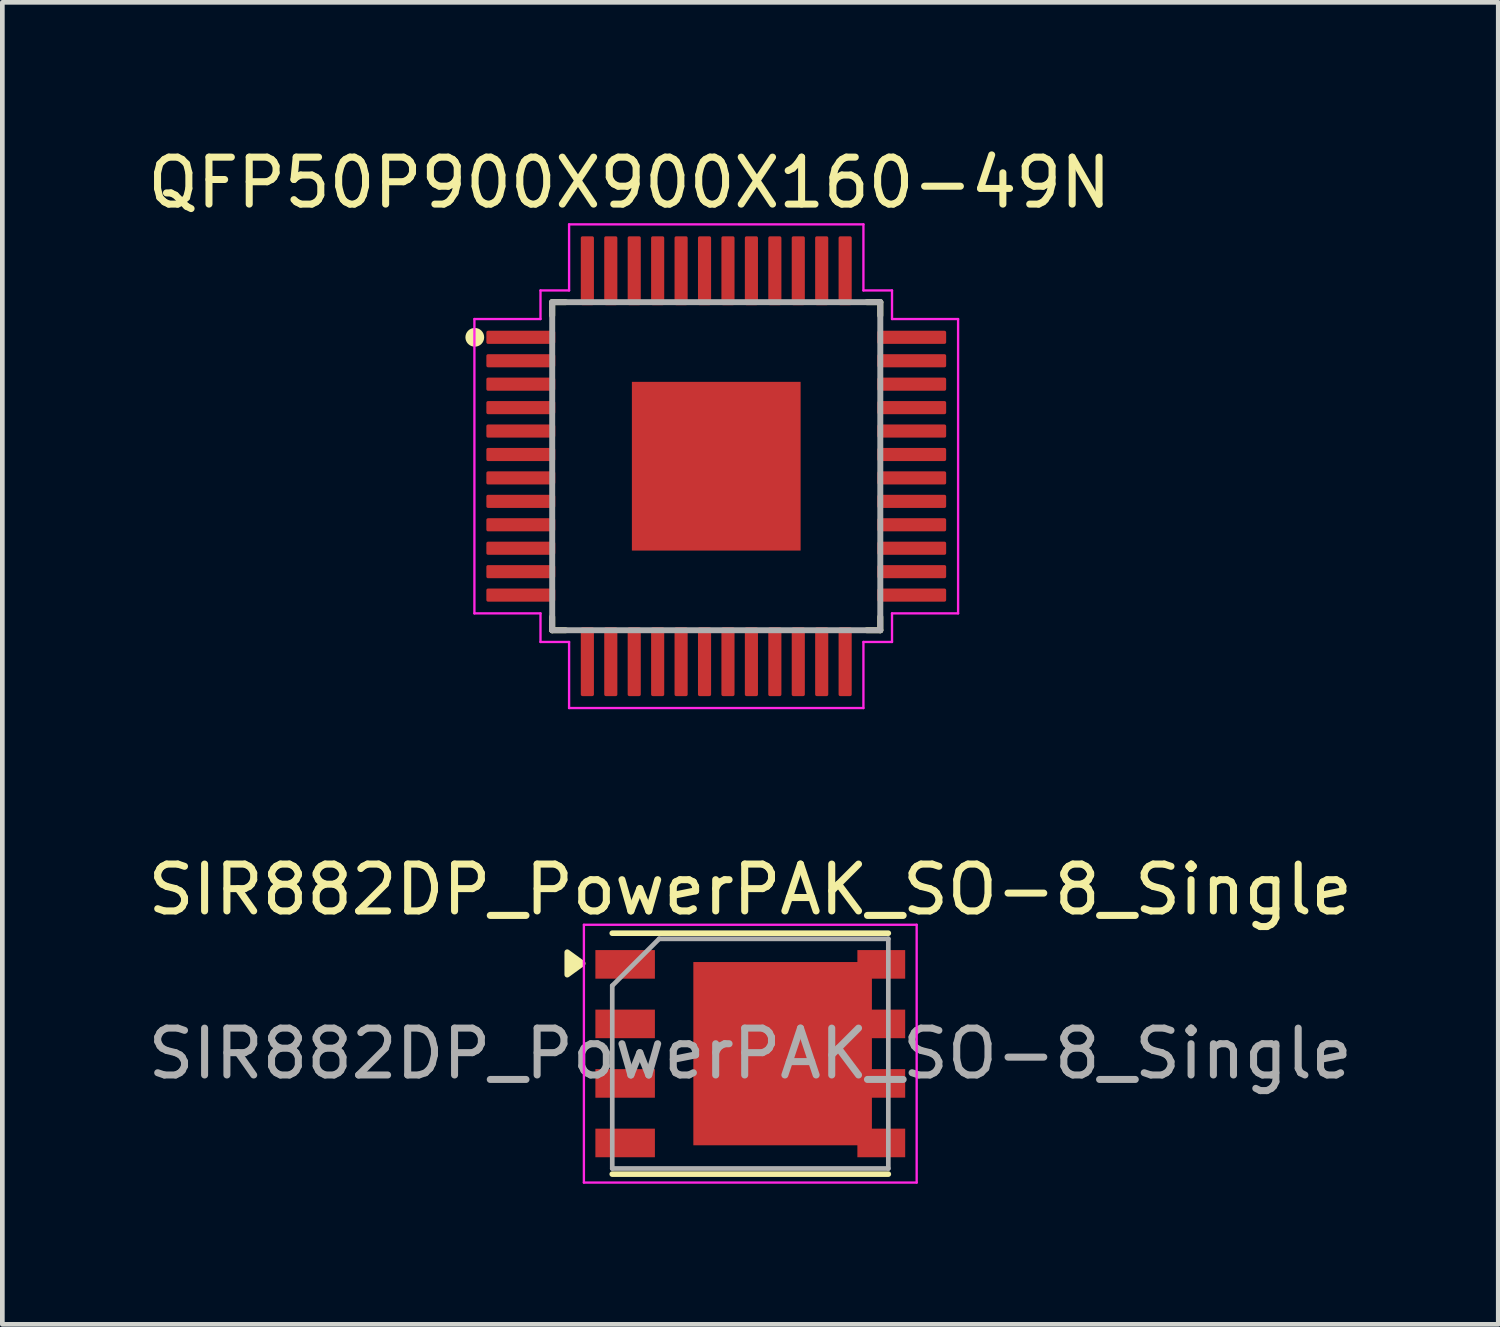
<source format=kicad_pcb>
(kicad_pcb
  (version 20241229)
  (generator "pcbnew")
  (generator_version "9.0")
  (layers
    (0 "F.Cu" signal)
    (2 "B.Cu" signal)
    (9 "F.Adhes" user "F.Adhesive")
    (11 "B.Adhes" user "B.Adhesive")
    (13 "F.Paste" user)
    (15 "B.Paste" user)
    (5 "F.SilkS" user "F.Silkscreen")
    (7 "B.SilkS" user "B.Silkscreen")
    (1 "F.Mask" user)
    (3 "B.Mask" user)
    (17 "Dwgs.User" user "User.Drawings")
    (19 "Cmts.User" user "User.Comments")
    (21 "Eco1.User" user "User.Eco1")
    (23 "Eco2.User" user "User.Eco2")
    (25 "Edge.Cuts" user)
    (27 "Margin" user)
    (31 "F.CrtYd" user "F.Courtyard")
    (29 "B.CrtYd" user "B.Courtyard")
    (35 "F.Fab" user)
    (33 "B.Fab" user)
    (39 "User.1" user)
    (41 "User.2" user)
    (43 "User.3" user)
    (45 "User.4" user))
  (footprint "SIR882DP_PowerPAK_SO-8_Single"
    (layer "F.Cu")
    (at 12.958 19.431)
    (property "Reference" "SIR882DP_PowerPAK_SO-8_Single" (at 0 -3.5 0) (layer "F.SilkS") (effects (font (size 1 1) (thickness 0.15))))
    (attr smd)
    (fp_line (start -2.945 -2.57) (end 2.945 -2.57) (stroke (width 0.12) (type solid)) (layer "F.SilkS"))
    (fp_line (start -2.945 2.57) (end 2.945 2.57) (stroke (width 0.12) (type solid)) (layer "F.SilkS"))
    (fp_poly (pts (xy -3.575 -1.925) (xy -3.905 -2.165) (xy -3.905 -1.685) (xy -3.575 -1.925)) (stroke (width 0.12) (type solid)) (fill yes) (layer "F.SilkS"))
    (fp_line (start -3.55 -2.75) (end -3.55 2.75) (stroke (width 0.05) (type solid)) (layer "F.CrtYd"))
    (fp_line (start -3.55 -2.75) (end 3.55 -2.75) (stroke (width 0.05) (type solid)) (layer "F.CrtYd"))
    (fp_line (start -3.55 2.75) (end 3.55 2.75) (stroke (width 0.05) (type solid)) (layer "F.CrtYd"))
    (fp_line (start 3.55 -2.75) (end 3.55 2.75) (stroke (width 0.05) (type solid)) (layer "F.CrtYd"))
    (fp_line (start -2.945 2.45) (end -2.945 -1.45) (stroke (width 0.1) (type solid)) (layer "F.Fab"))
    (fp_line (start -1.945 -2.45) (end -2.945 -1.45) (stroke (width 0.1) (type solid)) (layer "F.Fab"))
    (fp_line (start -1.945 -2.45) (end 2.945 -2.45) (stroke (width 0.1) (type solid)) (layer "F.Fab"))
    (fp_line (start 2.945 -2.45) (end 2.945 2.45) (stroke (width 0.1) (type solid)) (layer "F.Fab"))
    (fp_line (start 2.945 2.45) (end -2.945 2.45) (stroke (width 0.1) (type solid)) (layer "F.Fab"))
    (fp_text user "${REFERENCE}" (at 0 0 0) (layer "F.Fab") (effects (font (size 1 1) (thickness 0.15))))
    (pad "1" smd rect (at 0.69 0) (size 3.81 3.91) (layers "F.Cu" "F.Mask" "F.Paste"))
    (pad "1" smd rect (at 2.795 -1.905) (size 1.02 0.61) (layers "F.Cu" "F.Mask" "F.Paste"))
    (pad "1" smd rect (at 2.795 -0.635) (size 1.02 0.61) (layers "F.Cu" "F.Mask" "F.Paste"))
    (pad "1" smd rect (at 2.795 0.635) (size 1.02 0.61) (layers "F.Cu" "F.Mask" "F.Paste"))
    (pad "1" smd rect (at 2.795 1.905) (size 1.02 0.61) (layers "F.Cu" "F.Mask" "F.Paste"))
    (pad "2" smd rect (at -2.67 1.905) (size 1.27 0.61) (layers "F.Cu" "F.Mask" "F.Paste"))
    (pad "3" smd rect (at -2.67 -1.905) (size 1.27 0.61) (layers "F.Cu" "F.Mask" "F.Paste"))
    (pad "3" smd rect (at -2.67 -0.635) (size 1.27 0.61) (layers "F.Cu" "F.Mask" "F.Paste"))
    (pad "3" smd rect (at -2.67 0.635) (size 1.27 0.61) (layers "F.Cu" "F.Mask" "F.Paste")))
  (footprint "QFP50P900X900X160-49N"
    (layer "F.Cu")
    (at 12.232 6.897)
    (property "Reference" "QFP50P900X900X160-49N" (at -1.853 -6.048 0) (layer "F.SilkS") (effects (font (size 1.002 1.002) (thickness 0.15))))
    (attr smd)
    (fp_line (start -3.5 -3.5) (end -3.5 -3.215) (stroke (width 0.127) (type solid)) (layer "F.SilkS"))
    (fp_line (start -3.5 -3.5) (end -3.215 -3.5) (stroke (width 0.127) (type solid)) (layer "F.SilkS"))
    (fp_line (start -3.5 3.5) (end -3.5 3.215) (stroke (width 0.127) (type solid)) (layer "F.SilkS"))
    (fp_line (start -3.5 3.5) (end -3.215 3.5) (stroke (width 0.127) (type solid)) (layer "F.SilkS"))
    (fp_line (start 3.5 -3.5) (end 3.215 -3.5) (stroke (width 0.127) (type solid)) (layer "F.SilkS"))
    (fp_line (start 3.5 -3.5) (end 3.5 -3.215) (stroke (width 0.127) (type solid)) (layer "F.SilkS"))
    (fp_line (start 3.5 3.5) (end 3.215 3.5) (stroke (width 0.127) (type solid)) (layer "F.SilkS"))
    (fp_line (start 3.5 3.5) (end 3.5 3.215) (stroke (width 0.127) (type solid)) (layer "F.SilkS"))
    (fp_circle (center -5.152 -2.75) (end -5.052 -2.75) (stroke (width 0.2) (type solid)) (fill no) (layer "F.SilkS"))
    (fp_poly (pts (xy -1.447 -1.445) (xy -0.175 -1.445) (xy -0.175 -0.175) (xy -1.447 -0.175)) (stroke (width 0.01) (type solid)) (fill yes) (layer "F.Paste"))
    (fp_poly (pts (xy -1.447 0.175) (xy -0.175 0.175) (xy -0.175 1.447) (xy -1.447 1.447)) (stroke (width 0.01) (type solid)) (fill yes) (layer "F.Paste"))
    (fp_poly (pts (xy 0.175 0.175) (xy 1.445 0.175) (xy 1.445 1.446) (xy 0.175 1.446)) (stroke (width 0.01) (type solid)) (fill yes) (layer "F.Paste"))
    (fp_poly (pts (xy 0.175 -1.445) (xy 1.445 -1.445) (xy 1.445 -0.175) (xy 0.175 -0.175)) (stroke (width 0.01) (type solid)) (fill yes) (layer "F.Paste"))
    (fp_line (start -5.16 -3.14) (end -3.75 -3.14) (stroke (width 0.05) (type solid)) (layer "F.CrtYd"))
    (fp_line (start -5.16 3.14) (end -5.16 -3.14) (stroke (width 0.05) (type solid)) (layer "F.CrtYd"))
    (fp_line (start -3.75 -3.75) (end -3.14 -3.75) (stroke (width 0.05) (type solid)) (layer "F.CrtYd"))
    (fp_line (start -3.75 -3.14) (end -3.75 -3.75) (stroke (width 0.05) (type solid)) (layer "F.CrtYd"))
    (fp_line (start -3.75 3.14) (end -5.16 3.14) (stroke (width 0.05) (type solid)) (layer "F.CrtYd"))
    (fp_line (start -3.75 3.75) (end -3.75 3.14) (stroke (width 0.05) (type solid)) (layer "F.CrtYd"))
    (fp_line (start -3.14 -5.16) (end 3.14 -5.16) (stroke (width 0.05) (type solid)) (layer "F.CrtYd"))
    (fp_line (start -3.14 -3.75) (end -3.14 -5.16) (stroke (width 0.05) (type solid)) (layer "F.CrtYd"))
    (fp_line (start -3.14 3.75) (end -3.75 3.75) (stroke (width 0.05) (type solid)) (layer "F.CrtYd"))
    (fp_line (start -3.14 5.16) (end -3.14 3.75) (stroke (width 0.05) (type solid)) (layer "F.CrtYd"))
    (fp_line (start 3.14 -5.16) (end 3.14 -3.75) (stroke (width 0.05) (type solid)) (layer "F.CrtYd"))
    (fp_line (start 3.14 -3.75) (end 3.75 -3.75) (stroke (width 0.05) (type solid)) (layer "F.CrtYd"))
    (fp_line (start 3.14 3.75) (end 3.14 5.16) (stroke (width 0.05) (type solid)) (layer "F.CrtYd"))
    (fp_line (start 3.14 5.16) (end -3.14 5.16) (stroke (width 0.05) (type solid)) (layer "F.CrtYd"))
    (fp_line (start 3.75 -3.75) (end 3.75 -3.14) (stroke (width 0.05) (type solid)) (layer "F.CrtYd"))
    (fp_line (start 3.75 -3.14) (end 5.16 -3.14) (stroke (width 0.05) (type solid)) (layer "F.CrtYd"))
    (fp_line (start 3.75 3.14) (end 3.75 3.75) (stroke (width 0.05) (type solid)) (layer "F.CrtYd"))
    (fp_line (start 3.75 3.75) (end 3.14 3.75) (stroke (width 0.05) (type solid)) (layer "F.CrtYd"))
    (fp_line (start 5.16 -3.14) (end 5.16 3.14) (stroke (width 0.05) (type solid)) (layer "F.CrtYd"))
    (fp_line (start 5.16 3.14) (end 3.75 3.14) (stroke (width 0.05) (type solid)) (layer "F.CrtYd"))
    (fp_line (start -3.5 3.5) (end -3.5 -3.5) (stroke (width 0.127) (type solid)) (layer "F.Fab"))
    (fp_line (start 3.5 -3.5) (end -3.5 -3.5) (stroke (width 0.127) (type solid)) (layer "F.Fab"))
    (fp_line (start 3.5 3.5) (end -3.5 3.5) (stroke (width 0.127) (type solid)) (layer "F.Fab"))
    (fp_line (start 3.5 3.5) (end 3.5 -3.5) (stroke (width 0.127) (type solid)) (layer "F.Fab"))
    (pad "1" smd roundrect (at -4.17 -2.75) (size 1.47 0.28) (layers "F.Cu" "F.Mask" "F.Paste") (roundrect_rratio 0.125))
    (pad "2" smd roundrect (at -4.17 -2.25) (size 1.47 0.28) (layers "F.Cu" "F.Mask" "F.Paste") (roundrect_rratio 0.125))
    (pad "3" smd roundrect (at -4.17 -1.75) (size 1.47 0.28) (layers "F.Cu" "F.Mask" "F.Paste") (roundrect_rratio 0.125))
    (pad "4" smd roundrect (at -4.17 -1.25) (size 1.47 0.28) (layers "F.Cu" "F.Mask" "F.Paste") (roundrect_rratio 0.125))
    (pad "5" smd roundrect (at -4.17 -0.75) (size 1.47 0.28) (layers "F.Cu" "F.Mask" "F.Paste") (roundrect_rratio 0.125))
    (pad "6" smd roundrect (at -4.17 -0.25) (size 1.47 0.28) (layers "F.Cu" "F.Mask" "F.Paste") (roundrect_rratio 0.125))
    (pad "7" smd roundrect (at -4.17 0.25) (size 1.47 0.28) (layers "F.Cu" "F.Mask" "F.Paste") (roundrect_rratio 0.125))
    (pad "8" smd roundrect (at -4.17 0.75) (size 1.47 0.28) (layers "F.Cu" "F.Mask" "F.Paste") (roundrect_rratio 0.125))
    (pad "9" smd roundrect (at -4.17 1.25) (size 1.47 0.28) (layers "F.Cu" "F.Mask" "F.Paste") (roundrect_rratio 0.125))
    (pad "10" smd roundrect (at -4.17 1.75) (size 1.47 0.28) (layers "F.Cu" "F.Mask" "F.Paste") (roundrect_rratio 0.125))
    (pad "11" smd roundrect (at -4.17 2.25) (size 1.47 0.28) (layers "F.Cu" "F.Mask" "F.Paste") (roundrect_rratio 0.125))
    (pad "12" smd roundrect (at -4.17 2.75) (size 1.47 0.28) (layers "F.Cu" "F.Mask" "F.Paste") (roundrect_rratio 0.125))
    (pad "13" smd roundrect (at -2.75 4.17) (size 0.28 1.47) (layers "F.Cu" "F.Mask" "F.Paste") (roundrect_rratio 0.125))
    (pad "14" smd roundrect (at -2.25 4.17) (size 0.28 1.47) (layers "F.Cu" "F.Mask" "F.Paste") (roundrect_rratio 0.125))
    (pad "15" smd roundrect (at -1.75 4.17) (size 0.28 1.47) (layers "F.Cu" "F.Mask" "F.Paste") (roundrect_rratio 0.125))
    (pad "16" smd roundrect (at -1.25 4.17) (size 0.28 1.47) (layers "F.Cu" "F.Mask" "F.Paste") (roundrect_rratio 0.125))
    (pad "17" smd roundrect (at -0.75 4.17) (size 0.28 1.47) (layers "F.Cu" "F.Mask" "F.Paste") (roundrect_rratio 0.125))
    (pad "18" smd roundrect (at -0.25 4.17) (size 0.28 1.47) (layers "F.Cu" "F.Mask" "F.Paste") (roundrect_rratio 0.125))
    (pad "19" smd roundrect (at 0.25 4.17) (size 0.28 1.47) (layers "F.Cu" "F.Mask" "F.Paste") (roundrect_rratio 0.125))
    (pad "20" smd roundrect (at 0.75 4.17) (size 0.28 1.47) (layers "F.Cu" "F.Mask" "F.Paste") (roundrect_rratio 0.125))
    (pad "21" smd roundrect (at 1.25 4.17) (size 0.28 1.47) (layers "F.Cu" "F.Mask" "F.Paste") (roundrect_rratio 0.125))
    (pad "22" smd roundrect (at 1.75 4.17) (size 0.28 1.47) (layers "F.Cu" "F.Mask" "F.Paste") (roundrect_rratio 0.125))
    (pad "23" smd roundrect (at 2.25 4.17) (size 0.28 1.47) (layers "F.Cu" "F.Mask" "F.Paste") (roundrect_rratio 0.125))
    (pad "24" smd roundrect (at 2.75 4.17) (size 0.28 1.47) (layers "F.Cu" "F.Mask" "F.Paste") (roundrect_rratio 0.125))
    (pad "25" smd roundrect (at 4.17 2.75) (size 1.47 0.28) (layers "F.Cu" "F.Mask" "F.Paste") (roundrect_rratio 0.125))
    (pad "26" smd roundrect (at 4.17 2.25) (size 1.47 0.28) (layers "F.Cu" "F.Mask" "F.Paste") (roundrect_rratio 0.125))
    (pad "27" smd roundrect (at 4.17 1.75) (size 1.47 0.28) (layers "F.Cu" "F.Mask" "F.Paste") (roundrect_rratio 0.125))
    (pad "28" smd roundrect (at 4.17 1.25) (size 1.47 0.28) (layers "F.Cu" "F.Mask" "F.Paste") (roundrect_rratio 0.125))
    (pad "29" smd roundrect (at 4.17 0.75) (size 1.47 0.28) (layers "F.Cu" "F.Mask" "F.Paste") (roundrect_rratio 0.125))
    (pad "30" smd roundrect (at 4.17 0.25) (size 1.47 0.28) (layers "F.Cu" "F.Mask" "F.Paste") (roundrect_rratio 0.125))
    (pad "31" smd roundrect (at 4.17 -0.25) (size 1.47 0.28) (layers "F.Cu" "F.Mask" "F.Paste") (roundrect_rratio 0.125))
    (pad "32" smd roundrect (at 4.17 -0.75) (size 1.47 0.28) (layers "F.Cu" "F.Mask" "F.Paste") (roundrect_rratio 0.125))
    (pad "33" smd roundrect (at 4.17 -1.25) (size 1.47 0.28) (layers "F.Cu" "F.Mask" "F.Paste") (roundrect_rratio 0.125))
    (pad "34" smd roundrect (at 4.17 -1.75) (size 1.47 0.28) (layers "F.Cu" "F.Mask" "F.Paste") (roundrect_rratio 0.125))
    (pad "35" smd roundrect (at 4.17 -2.25) (size 1.47 0.28) (layers "F.Cu" "F.Mask" "F.Paste") (roundrect_rratio 0.125))
    (pad "36" smd roundrect (at 4.17 -2.75) (size 1.47 0.28) (layers "F.Cu" "F.Mask" "F.Paste") (roundrect_rratio 0.125))
    (pad "37" smd roundrect (at 2.75 -4.17) (size 0.28 1.47) (layers "F.Cu" "F.Mask" "F.Paste") (roundrect_rratio 0.125))
    (pad "38" smd roundrect (at 2.25 -4.17) (size 0.28 1.47) (layers "F.Cu" "F.Mask" "F.Paste") (roundrect_rratio 0.125))
    (pad "39" smd roundrect (at 1.75 -4.17) (size 0.28 1.47) (layers "F.Cu" "F.Mask" "F.Paste") (roundrect_rratio 0.125))
    (pad "40" smd roundrect (at 1.25 -4.17) (size 0.28 1.47) (layers "F.Cu" "F.Mask" "F.Paste") (roundrect_rratio 0.125))
    (pad "41" smd roundrect (at 0.75 -4.17) (size 0.28 1.47) (layers "F.Cu" "F.Mask" "F.Paste") (roundrect_rratio 0.125))
    (pad "42" smd roundrect (at 0.25 -4.17) (size 0.28 1.47) (layers "F.Cu" "F.Mask" "F.Paste") (roundrect_rratio 0.125))
    (pad "43" smd roundrect (at -0.25 -4.17) (size 0.28 1.47) (layers "F.Cu" "F.Mask" "F.Paste") (roundrect_rratio 0.125))
    (pad "44" smd roundrect (at -0.75 -4.17) (size 0.28 1.47) (layers "F.Cu" "F.Mask" "F.Paste") (roundrect_rratio 0.125))
    (pad "45" smd roundrect (at -1.25 -4.17) (size 0.28 1.47) (layers "F.Cu" "F.Mask" "F.Paste") (roundrect_rratio 0.125))
    (pad "46" smd roundrect (at -1.75 -4.17) (size 0.28 1.47) (layers "F.Cu" "F.Mask" "F.Paste") (roundrect_rratio 0.125))
    (pad "47" smd roundrect (at -2.25 -4.17) (size 0.28 1.47) (layers "F.Cu" "F.Mask" "F.Paste") (roundrect_rratio 0.125))
    (pad "48" smd roundrect (at -2.75 -4.17) (size 0.28 1.47) (layers "F.Cu" "F.Mask" "F.Paste") (roundrect_rratio 0.125))
    (pad "49" smd rect (at 0 0) (size 3.6 3.6) (layers "F.Cu" "F.Mask")))
  (gr_rect
    (start -3 -3)
    (end 28.917 25.206)
    (stroke (width 0.1) (type default))
    (fill no)
    (layer "Edge.Cuts")))
</source>
